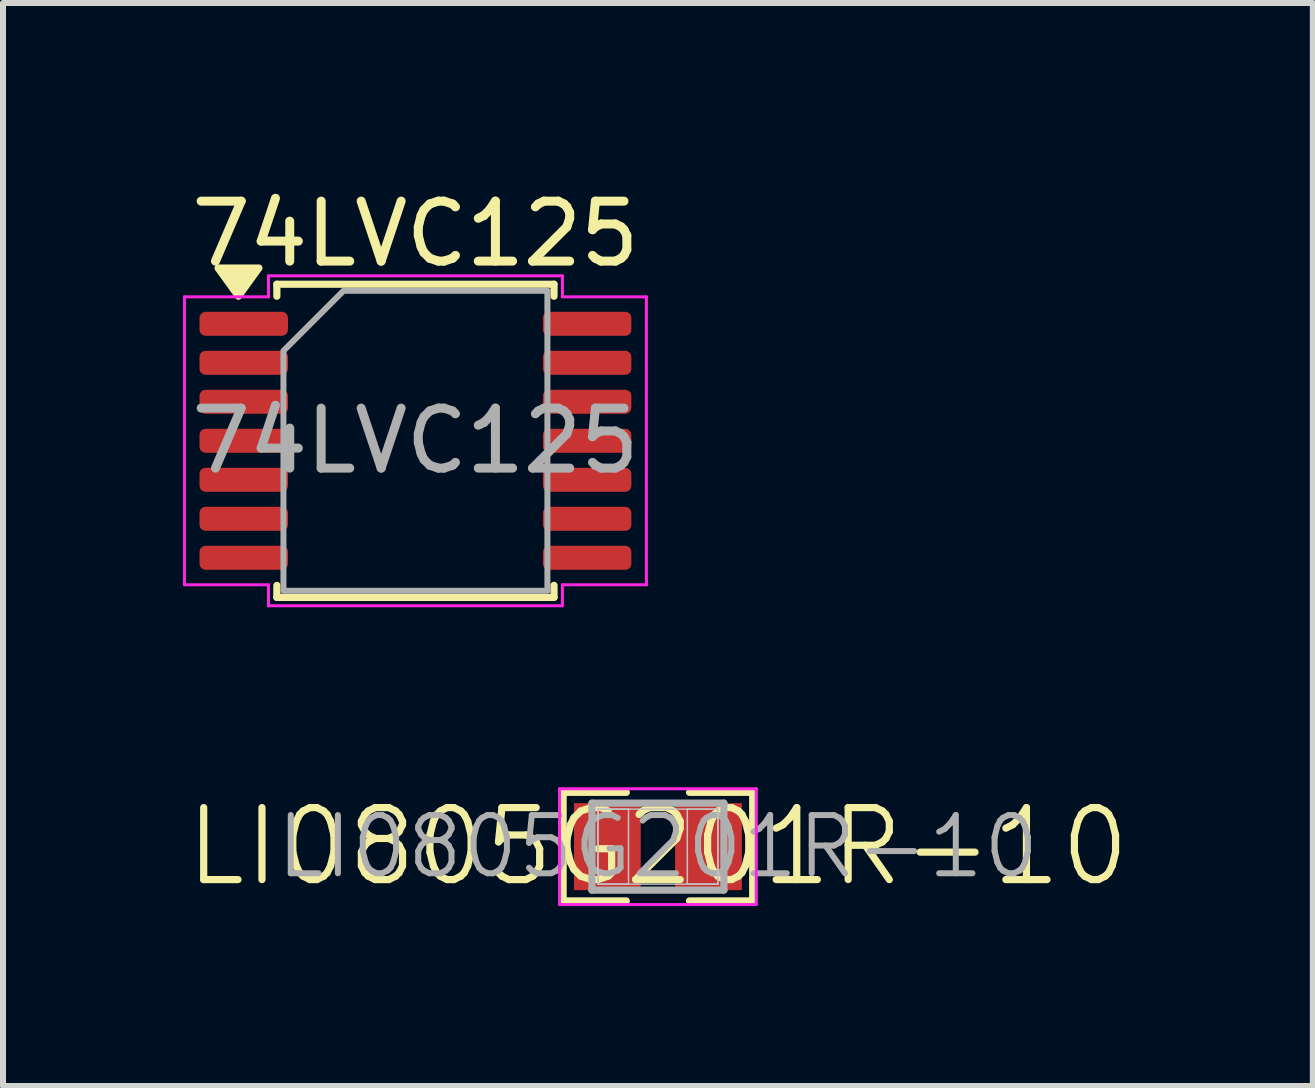
<source format=kicad_pcb>
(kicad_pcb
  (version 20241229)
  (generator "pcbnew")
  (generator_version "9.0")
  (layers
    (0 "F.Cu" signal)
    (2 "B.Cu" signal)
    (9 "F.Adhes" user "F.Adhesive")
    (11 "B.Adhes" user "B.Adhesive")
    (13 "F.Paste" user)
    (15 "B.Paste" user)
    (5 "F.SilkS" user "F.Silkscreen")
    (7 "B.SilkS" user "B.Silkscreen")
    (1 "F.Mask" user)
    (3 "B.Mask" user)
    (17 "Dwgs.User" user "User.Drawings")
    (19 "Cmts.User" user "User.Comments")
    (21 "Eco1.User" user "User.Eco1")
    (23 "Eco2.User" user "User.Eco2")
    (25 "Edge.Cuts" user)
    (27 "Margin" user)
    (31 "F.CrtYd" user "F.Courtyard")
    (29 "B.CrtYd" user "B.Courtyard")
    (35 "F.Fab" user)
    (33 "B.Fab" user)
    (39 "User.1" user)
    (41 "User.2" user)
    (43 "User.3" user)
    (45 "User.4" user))
  (footprint "LI0805G201R-10"
    (layer "F.Cu")
    (at 7.917 11.063)
    (property "Reference" "LI0805G201R-10" (at 0 0 0) (layer "F.SilkS") (effects (font (size 1.2 1.2) (thickness 0.12))))
    (attr smd)
    (fp_line (start -1.58 -0.905) (end -0.527 -0.905) (stroke (width 0.12) (type solid)) (layer "F.SilkS"))
    (fp_line (start -1.58 0.905) (end -1.58 -0.905) (stroke (width 0.12) (type solid)) (layer "F.SilkS"))
    (fp_line (start -0.527 0.905) (end -1.58 0.905) (stroke (width 0.12) (type solid)) (layer "F.SilkS"))
    (fp_line (start 0.527 0.905) (end 1.58 0.905) (stroke (width 0.12) (type solid)) (layer "F.SilkS"))
    (fp_line (start 1.58 -0.905) (end 0.527 -0.905) (stroke (width 0.12) (type solid)) (layer "F.SilkS"))
    (fp_line (start 1.58 0.905) (end 1.58 -0.905) (stroke (width 0.12) (type solid)) (layer "F.SilkS"))
    (fp_line (start -1 -0.625) (end -0.49 -0.625) (stroke (width 0.025) (type solid)) (layer "Dwgs.User"))
    (fp_line (start -1 -0.625) (end 1 -0.625) (stroke (width 0.025) (type solid)) (layer "Dwgs.User"))
    (fp_line (start -1 0.625) (end -1 -0.625) (stroke (width 0.025) (type solid)) (layer "Dwgs.User"))
    (fp_line (start -1 0.625) (end -1 -0.625) (stroke (width 0.025) (type solid)) (layer "Dwgs.User"))
    (fp_line (start -0.49 -0.625) (end -0.49 0.625) (stroke (width 0.025) (type solid)) (layer "Dwgs.User"))
    (fp_line (start -0.49 0.625) (end -1 0.625) (stroke (width 0.025) (type solid)) (layer "Dwgs.User"))
    (fp_line (start 0.49 -0.625) (end 1 -0.625) (stroke (width 0.025) (type solid)) (layer "Dwgs.User"))
    (fp_line (start 0.49 0.625) (end 0.49 -0.625) (stroke (width 0.025) (type solid)) (layer "Dwgs.User"))
    (fp_line (start 1 -0.625) (end 1 0.625) (stroke (width 0.025) (type solid)) (layer "Dwgs.User"))
    (fp_line (start 1 -0.625) (end 1 0.625) (stroke (width 0.025) (type solid)) (layer "Dwgs.User"))
    (fp_line (start 1 0.625) (end -1 0.625) (stroke (width 0.025) (type solid)) (layer "Dwgs.User"))
    (fp_line (start 1 0.625) (end 0.49 0.625) (stroke (width 0.025) (type solid)) (layer "Dwgs.User"))
    (fp_line (start -1.64 -0.965) (end 1.64 -0.965) (stroke (width 0.05) (type solid)) (layer "F.CrtYd"))
    (fp_line (start -1.64 0.965) (end -1.64 -0.965) (stroke (width 0.05) (type solid)) (layer "F.CrtYd"))
    (fp_line (start 1.64 -0.965) (end 1.64 0.965) (stroke (width 0.05) (type solid)) (layer "F.CrtYd"))
    (fp_line (start 1.64 0.965) (end -1.64 0.965) (stroke (width 0.05) (type solid)) (layer "F.CrtYd"))
    (fp_line (start -1.1 -0.725) (end 1.1 -0.725) (stroke (width 0.12) (type solid)) (layer "F.Fab"))
    (fp_line (start -1.1 0.725) (end -1.1 -0.725) (stroke (width 0.12) (type solid)) (layer "F.Fab"))
    (fp_line (start 1.1 -0.725) (end 1.1 0.725) (stroke (width 0.12) (type solid)) (layer "F.Fab"))
    (fp_line (start 1.1 0.725) (end -1.1 0.725) (stroke (width 0.12) (type solid)) (layer "F.Fab"))
    (fp_text user "${REFERENCE}" (at 0 0 0) (layer "F.Fab") (effects (font (size 0.97 0.97) (thickness 0.1))))
    (pad "1" smd rect (at -0.843 0) (size 1.113 1.45) (layers "F.Cu" "F.Mask" "F.Paste"))
    (pad "2" smd rect (at 0.843 0) (size 1.113 1.45) (layers "F.Cu" "F.Mask" "F.Paste")))
  (footprint "74LVC125"
    (layer "F.Cu")
    (at 3.875 4.298)
    (property "Reference" "74LVC125" (at 0 -3.45 0) (layer "F.SilkS") (effects (font (size 1 1) (thickness 0.15))))
    (attr smd)
    (fp_line (start -2.31 -2.61) (end 2.31 -2.61) (stroke (width 0.12) (type solid)) (layer "F.SilkS"))
    (fp_line (start -2.31 -2.41) (end -2.31 -2.61) (stroke (width 0.12) (type solid)) (layer "F.SilkS"))
    (fp_line (start -2.31 2.61) (end -2.31 2.41) (stroke (width 0.12) (type solid)) (layer "F.SilkS"))
    (fp_line (start 2.31 -2.61) (end 2.31 -2.41) (stroke (width 0.12) (type solid)) (layer "F.SilkS"))
    (fp_line (start 2.31 2.41) (end 2.31 2.61) (stroke (width 0.12) (type solid)) (layer "F.SilkS"))
    (fp_line (start 2.31 2.61) (end -2.31 2.61) (stroke (width 0.12) (type solid)) (layer "F.SilkS"))
    (fp_poly (pts (xy -2.95 -2.41) (xy -3.29 -2.88) (xy -2.61 -2.88)) (stroke (width 0.12) (type solid)) (fill yes) (layer "F.SilkS"))
    (fp_line (start -3.85 -2.4) (end -2.45 -2.4) (stroke (width 0.05) (type solid)) (layer "F.CrtYd"))
    (fp_line (start -3.85 2.4) (end -3.85 -2.4) (stroke (width 0.05) (type solid)) (layer "F.CrtYd"))
    (fp_line (start -2.45 -2.75) (end 2.45 -2.75) (stroke (width 0.05) (type solid)) (layer "F.CrtYd"))
    (fp_line (start -2.45 -2.4) (end -2.45 -2.75) (stroke (width 0.05) (type solid)) (layer "F.CrtYd"))
    (fp_line (start -2.45 2.4) (end -3.85 2.4) (stroke (width 0.05) (type solid)) (layer "F.CrtYd"))
    (fp_line (start -2.45 2.75) (end -2.45 2.4) (stroke (width 0.05) (type solid)) (layer "F.CrtYd"))
    (fp_line (start 2.45 -2.75) (end 2.45 -2.4) (stroke (width 0.05) (type solid)) (layer "F.CrtYd"))
    (fp_line (start 2.45 -2.4) (end 3.85 -2.4) (stroke (width 0.05) (type solid)) (layer "F.CrtYd"))
    (fp_line (start 2.45 2.4) (end 2.45 2.75) (stroke (width 0.05) (type solid)) (layer "F.CrtYd"))
    (fp_line (start 2.45 2.75) (end -2.45 2.75) (stroke (width 0.05) (type solid)) (layer "F.CrtYd"))
    (fp_line (start 3.85 -2.4) (end 3.85 2.4) (stroke (width 0.05) (type solid)) (layer "F.CrtYd"))
    (fp_line (start 3.85 2.4) (end 2.45 2.4) (stroke (width 0.05) (type solid)) (layer "F.CrtYd"))
    (fp_poly (pts (xy -2.2 -1.5) (xy -2.2 2.5) (xy 2.2 2.5) (xy 2.2 -2.5) (xy -1.2 -2.5)) (stroke (width 0.1) (type solid)) (fill no) (layer "F.Fab"))
    (fp_text user "${REFERENCE}" (at 0 0 0) (layer "F.Fab") (effects (font (size 1 1) (thickness 0.15))))
    (pad "1" smd roundrect (at -2.862 -1.95) (size 1.475 0.4) (layers "F.Cu" "F.Mask" "F.Paste") (roundrect_rratio 0.25))
    (pad "2" smd roundrect (at -2.862 -1.3) (size 1.475 0.4) (layers "F.Cu" "F.Mask" "F.Paste") (roundrect_rratio 0.25))
    (pad "3" smd roundrect (at -2.862 -0.65) (size 1.475 0.4) (layers "F.Cu" "F.Mask" "F.Paste") (roundrect_rratio 0.25))
    (pad "4" smd roundrect (at -2.862 0) (size 1.475 0.4) (layers "F.Cu" "F.Mask" "F.Paste") (roundrect_rratio 0.25))
    (pad "5" smd roundrect (at -2.862 0.65) (size 1.475 0.4) (layers "F.Cu" "F.Mask" "F.Paste") (roundrect_rratio 0.25))
    (pad "6" smd roundrect (at -2.862 1.3) (size 1.475 0.4) (layers "F.Cu" "F.Mask" "F.Paste") (roundrect_rratio 0.25))
    (pad "7" smd roundrect (at -2.862 1.95) (size 1.475 0.4) (layers "F.Cu" "F.Mask" "F.Paste") (roundrect_rratio 0.25))
    (pad "8" smd roundrect (at 2.862 1.95) (size 1.475 0.4) (layers "F.Cu" "F.Mask" "F.Paste") (roundrect_rratio 0.25))
    (pad "9" smd roundrect (at 2.862 1.3) (size 1.475 0.4) (layers "F.Cu" "F.Mask" "F.Paste") (roundrect_rratio 0.25))
    (pad "10" smd roundrect (at 2.862 0.65) (size 1.475 0.4) (layers "F.Cu" "F.Mask" "F.Paste") (roundrect_rratio 0.25))
    (pad "11" smd roundrect (at 2.862 0) (size 1.475 0.4) (layers "F.Cu" "F.Mask" "F.Paste") (roundrect_rratio 0.25))
    (pad "12" smd roundrect (at 2.862 -0.65) (size 1.475 0.4) (layers "F.Cu" "F.Mask" "F.Paste") (roundrect_rratio 0.25))
    (pad "13" smd roundrect (at 2.862 -1.3) (size 1.475 0.4) (layers "F.Cu" "F.Mask" "F.Paste") (roundrect_rratio 0.25))
    (pad "14" smd roundrect (at 2.862 -1.95) (size 1.475 0.4) (layers "F.Cu" "F.Mask" "F.Paste") (roundrect_rratio 0.25)))
  (gr_rect
    (start -3 -3)
    (end 18.834 15.053)
    (stroke (width 0.1) (type default))
    (fill no)
    (layer "Edge.Cuts")))
</source>
